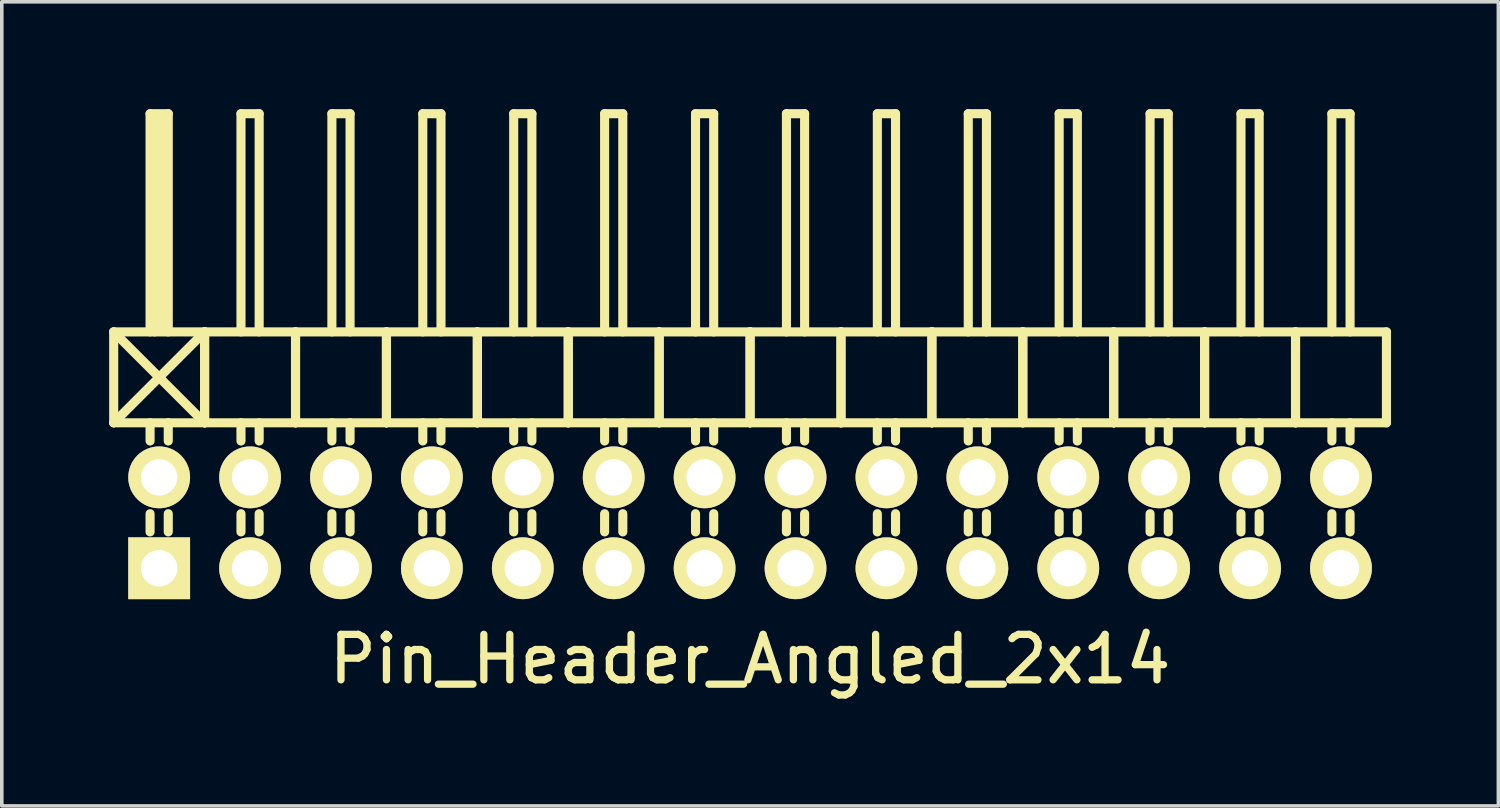
<source format=kicad_pcb>
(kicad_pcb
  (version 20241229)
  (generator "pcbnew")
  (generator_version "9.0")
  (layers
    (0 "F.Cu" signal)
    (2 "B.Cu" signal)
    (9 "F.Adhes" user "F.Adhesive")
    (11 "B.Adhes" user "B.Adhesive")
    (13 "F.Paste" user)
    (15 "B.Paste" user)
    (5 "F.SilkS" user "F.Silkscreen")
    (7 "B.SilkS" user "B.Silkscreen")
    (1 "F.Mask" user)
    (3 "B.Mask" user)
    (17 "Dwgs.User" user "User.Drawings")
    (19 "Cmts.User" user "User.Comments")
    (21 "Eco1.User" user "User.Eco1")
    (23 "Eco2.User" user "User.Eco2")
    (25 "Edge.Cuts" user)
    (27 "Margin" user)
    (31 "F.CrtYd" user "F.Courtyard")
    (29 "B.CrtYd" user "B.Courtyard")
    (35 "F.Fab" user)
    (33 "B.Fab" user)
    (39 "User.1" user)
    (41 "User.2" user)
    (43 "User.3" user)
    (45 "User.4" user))
  (footprint "Pin_Header_Angled_2x14"
    (layer "F.Cu")
    (at 17.907 11.557)
    (property "Reference" "Pin_Header_Angled_2x14" (at 0 3.81 0) (layer "F.SilkS") (effects (font (size 1.27 1.27) (thickness 0.203))))
    (attr through_hole)
    (fp_line (start -17.78 -5.334) (end -15.24 -2.794) (stroke (width 0.254) (type solid)) (layer "F.SilkS"))
    (fp_line (start -17.78 -2.794) (end -17.78 -5.334) (stroke (width 0.254) (type solid)) (layer "F.SilkS"))
    (fp_line (start -17.78 -2.794) (end -15.24 -5.334) (stroke (width 0.254) (type solid)) (layer "F.SilkS"))
    (fp_line (start -17.78 -2.794) (end -15.24 -2.794) (stroke (width 0.254) (type solid)) (layer "F.SilkS"))
    (fp_line (start -16.764 -11.43) (end -16.256 -11.43) (stroke (width 0.254) (type solid)) (layer "F.SilkS"))
    (fp_line (start -16.764 -5.334) (end -16.764 -11.43) (stroke (width 0.254) (type solid)) (layer "F.SilkS"))
    (fp_line (start -16.764 -2.794) (end -16.764 -2.286) (stroke (width 0.254) (type solid)) (layer "F.SilkS"))
    (fp_line (start -16.764 -0.254) (end -16.764 0.254) (stroke (width 0.254) (type solid)) (layer "F.SilkS"))
    (fp_line (start -16.637 -11.303) (end -16.383 -11.303) (stroke (width 0.254) (type solid)) (layer "F.SilkS"))
    (fp_line (start -16.637 -5.334) (end -16.637 -11.303) (stroke (width 0.254) (type solid)) (layer "F.SilkS"))
    (fp_line (start -16.51 -5.461) (end -16.51 -11.303) (stroke (width 0.254) (type solid)) (layer "F.SilkS"))
    (fp_line (start -16.383 -11.303) (end -16.383 -5.461) (stroke (width 0.254) (type solid)) (layer "F.SilkS"))
    (fp_line (start -16.383 -5.461) (end -16.51 -5.461) (stroke (width 0.254) (type solid)) (layer "F.SilkS"))
    (fp_line (start -16.256 -11.43) (end -16.256 -5.334) (stroke (width 0.254) (type solid)) (layer "F.SilkS"))
    (fp_line (start -16.256 -2.794) (end -16.256 -2.286) (stroke (width 0.254) (type solid)) (layer "F.SilkS"))
    (fp_line (start -16.256 -0.254) (end -16.256 0.254) (stroke (width 0.254) (type solid)) (layer "F.SilkS"))
    (fp_line (start -15.24 -5.334) (end -17.78 -5.334) (stroke (width 0.254) (type solid)) (layer "F.SilkS"))
    (fp_line (start -15.24 -2.794) (end -15.24 -5.334) (stroke (width 0.254) (type solid)) (layer "F.SilkS"))
    (fp_line (start -15.24 -2.794) (end -15.24 -5.334) (stroke (width 0.254) (type solid)) (layer "F.SilkS"))
    (fp_line (start -15.24 -2.794) (end -12.7 -2.794) (stroke (width 0.254) (type solid)) (layer "F.SilkS"))
    (fp_line (start -14.224 -11.43) (end -13.716 -11.43) (stroke (width 0.254) (type solid)) (layer "F.SilkS"))
    (fp_line (start -14.224 -5.334) (end -14.224 -11.43) (stroke (width 0.254) (type solid)) (layer "F.SilkS"))
    (fp_line (start -14.224 -2.794) (end -14.224 -2.286) (stroke (width 0.254) (type solid)) (layer "F.SilkS"))
    (fp_line (start -14.224 -0.254) (end -14.224 0.254) (stroke (width 0.254) (type solid)) (layer "F.SilkS"))
    (fp_line (start -13.716 -11.43) (end -13.716 -5.334) (stroke (width 0.254) (type solid)) (layer "F.SilkS"))
    (fp_line (start -13.716 -2.794) (end -13.716 -2.286) (stroke (width 0.254) (type solid)) (layer "F.SilkS"))
    (fp_line (start -13.716 -0.254) (end -13.716 0.254) (stroke (width 0.254) (type solid)) (layer "F.SilkS"))
    (fp_line (start -12.7 -5.334) (end -15.24 -5.334) (stroke (width 0.254) (type solid)) (layer "F.SilkS"))
    (fp_line (start -12.7 -2.794) (end -12.7 -5.334) (stroke (width 0.254) (type solid)) (layer "F.SilkS"))
    (fp_line (start -12.7 -2.794) (end -12.7 -5.334) (stroke (width 0.254) (type solid)) (layer "F.SilkS"))
    (fp_line (start -12.7 -2.794) (end -10.16 -2.794) (stroke (width 0.254) (type solid)) (layer "F.SilkS"))
    (fp_line (start -11.684 -11.43) (end -11.176 -11.43) (stroke (width 0.254) (type solid)) (layer "F.SilkS"))
    (fp_line (start -11.684 -5.334) (end -11.684 -11.43) (stroke (width 0.254) (type solid)) (layer "F.SilkS"))
    (fp_line (start -11.684 -2.794) (end -11.684 -2.286) (stroke (width 0.254) (type solid)) (layer "F.SilkS"))
    (fp_line (start -11.684 -0.254) (end -11.684 0.254) (stroke (width 0.254) (type solid)) (layer "F.SilkS"))
    (fp_line (start -11.176 -11.43) (end -11.176 -5.334) (stroke (width 0.254) (type solid)) (layer "F.SilkS"))
    (fp_line (start -11.176 -2.794) (end -11.176 -2.286) (stroke (width 0.254) (type solid)) (layer "F.SilkS"))
    (fp_line (start -11.176 -0.254) (end -11.176 0.254) (stroke (width 0.254) (type solid)) (layer "F.SilkS"))
    (fp_line (start -10.16 -5.334) (end -12.7 -5.334) (stroke (width 0.254) (type solid)) (layer "F.SilkS"))
    (fp_line (start -10.16 -2.794) (end -10.16 -5.334) (stroke (width 0.254) (type solid)) (layer "F.SilkS"))
    (fp_line (start -10.16 -2.794) (end -10.16 -5.334) (stroke (width 0.254) (type solid)) (layer "F.SilkS"))
    (fp_line (start -10.16 -2.794) (end -7.62 -2.794) (stroke (width 0.254) (type solid)) (layer "F.SilkS"))
    (fp_line (start -9.144 -11.43) (end -8.636 -11.43) (stroke (width 0.254) (type solid)) (layer "F.SilkS"))
    (fp_line (start -9.144 -5.334) (end -9.144 -11.43) (stroke (width 0.254) (type solid)) (layer "F.SilkS"))
    (fp_line (start -9.144 -2.794) (end -9.144 -2.286) (stroke (width 0.254) (type solid)) (layer "F.SilkS"))
    (fp_line (start -9.144 -0.254) (end -9.144 0.254) (stroke (width 0.254) (type solid)) (layer "F.SilkS"))
    (fp_line (start -8.636 -11.43) (end -8.636 -5.334) (stroke (width 0.254) (type solid)) (layer "F.SilkS"))
    (fp_line (start -8.636 -2.794) (end -8.636 -2.286) (stroke (width 0.254) (type solid)) (layer "F.SilkS"))
    (fp_line (start -8.636 -0.254) (end -8.636 0.254) (stroke (width 0.254) (type solid)) (layer "F.SilkS"))
    (fp_line (start -7.62 -5.334) (end -10.16 -5.334) (stroke (width 0.254) (type solid)) (layer "F.SilkS"))
    (fp_line (start -7.62 -2.794) (end -7.62 -5.334) (stroke (width 0.254) (type solid)) (layer "F.SilkS"))
    (fp_line (start -7.62 -2.794) (end -7.62 -5.334) (stroke (width 0.254) (type solid)) (layer "F.SilkS"))
    (fp_line (start -7.62 -2.794) (end -5.08 -2.794) (stroke (width 0.254) (type solid)) (layer "F.SilkS"))
    (fp_line (start -6.604 -11.43) (end -6.096 -11.43) (stroke (width 0.254) (type solid)) (layer "F.SilkS"))
    (fp_line (start -6.604 -5.334) (end -6.604 -11.43) (stroke (width 0.254) (type solid)) (layer "F.SilkS"))
    (fp_line (start -6.604 -2.794) (end -6.604 -2.286) (stroke (width 0.254) (type solid)) (layer "F.SilkS"))
    (fp_line (start -6.604 -0.254) (end -6.604 0.254) (stroke (width 0.254) (type solid)) (layer "F.SilkS"))
    (fp_line (start -6.096 -11.43) (end -6.096 -5.334) (stroke (width 0.254) (type solid)) (layer "F.SilkS"))
    (fp_line (start -6.096 -2.794) (end -6.096 -2.286) (stroke (width 0.254) (type solid)) (layer "F.SilkS"))
    (fp_line (start -6.096 -0.254) (end -6.096 0.254) (stroke (width 0.254) (type solid)) (layer "F.SilkS"))
    (fp_line (start -5.08 -5.334) (end -7.62 -5.334) (stroke (width 0.254) (type solid)) (layer "F.SilkS"))
    (fp_line (start -5.08 -2.794) (end -5.08 -5.334) (stroke (width 0.254) (type solid)) (layer "F.SilkS"))
    (fp_line (start -5.08 -2.794) (end -5.08 -5.334) (stroke (width 0.254) (type solid)) (layer "F.SilkS"))
    (fp_line (start -5.08 -2.794) (end -2.54 -2.794) (stroke (width 0.254) (type solid)) (layer "F.SilkS"))
    (fp_line (start -4.064 -11.43) (end -3.556 -11.43) (stroke (width 0.254) (type solid)) (layer "F.SilkS"))
    (fp_line (start -4.064 -5.334) (end -4.064 -11.43) (stroke (width 0.254) (type solid)) (layer "F.SilkS"))
    (fp_line (start -4.064 -2.794) (end -4.064 -2.286) (stroke (width 0.254) (type solid)) (layer "F.SilkS"))
    (fp_line (start -4.064 -0.254) (end -4.064 0.254) (stroke (width 0.254) (type solid)) (layer "F.SilkS"))
    (fp_line (start -3.556 -11.43) (end -3.556 -5.334) (stroke (width 0.254) (type solid)) (layer "F.SilkS"))
    (fp_line (start -3.556 -2.794) (end -3.556 -2.286) (stroke (width 0.254) (type solid)) (layer "F.SilkS"))
    (fp_line (start -3.556 -0.254) (end -3.556 0.254) (stroke (width 0.254) (type solid)) (layer "F.SilkS"))
    (fp_line (start -2.54 -5.334) (end -5.08 -5.334) (stroke (width 0.254) (type solid)) (layer "F.SilkS"))
    (fp_line (start -2.54 -2.794) (end -2.54 -5.334) (stroke (width 0.254) (type solid)) (layer "F.SilkS"))
    (fp_line (start -2.54 -2.794) (end -2.54 -5.334) (stroke (width 0.254) (type solid)) (layer "F.SilkS"))
    (fp_line (start -2.54 -2.794) (end 0 -2.794) (stroke (width 0.254) (type solid)) (layer "F.SilkS"))
    (fp_line (start -1.524 -11.43) (end -1.016 -11.43) (stroke (width 0.254) (type solid)) (layer "F.SilkS"))
    (fp_line (start -1.524 -5.334) (end -1.524 -11.43) (stroke (width 0.254) (type solid)) (layer "F.SilkS"))
    (fp_line (start -1.524 -2.794) (end -1.524 -2.286) (stroke (width 0.254) (type solid)) (layer "F.SilkS"))
    (fp_line (start -1.524 -0.254) (end -1.524 0.254) (stroke (width 0.254) (type solid)) (layer "F.SilkS"))
    (fp_line (start -1.016 -11.43) (end -1.016 -5.334) (stroke (width 0.254) (type solid)) (layer "F.SilkS"))
    (fp_line (start -1.016 -2.794) (end -1.016 -2.286) (stroke (width 0.254) (type solid)) (layer "F.SilkS"))
    (fp_line (start -1.016 -0.254) (end -1.016 0.254) (stroke (width 0.254) (type solid)) (layer "F.SilkS"))
    (fp_line (start 0 -5.334) (end -2.54 -5.334) (stroke (width 0.254) (type solid)) (layer "F.SilkS"))
    (fp_line (start 0 -2.794) (end 0 -5.334) (stroke (width 0.254) (type solid)) (layer "F.SilkS"))
    (fp_line (start 0 -2.794) (end 0 -5.334) (stroke (width 0.254) (type solid)) (layer "F.SilkS"))
    (fp_line (start 0 -2.794) (end 2.54 -2.794) (stroke (width 0.254) (type solid)) (layer "F.SilkS"))
    (fp_line (start 1.016 -11.43) (end 1.524 -11.43) (stroke (width 0.254) (type solid)) (layer "F.SilkS"))
    (fp_line (start 1.016 -5.334) (end 1.016 -11.43) (stroke (width 0.254) (type solid)) (layer "F.SilkS"))
    (fp_line (start 1.016 -2.794) (end 1.016 -2.286) (stroke (width 0.254) (type solid)) (layer "F.SilkS"))
    (fp_line (start 1.016 -0.254) (end 1.016 0.254) (stroke (width 0.254) (type solid)) (layer "F.SilkS"))
    (fp_line (start 1.524 -11.43) (end 1.524 -5.334) (stroke (width 0.254) (type solid)) (layer "F.SilkS"))
    (fp_line (start 1.524 -2.794) (end 1.524 -2.286) (stroke (width 0.254) (type solid)) (layer "F.SilkS"))
    (fp_line (start 1.524 -0.254) (end 1.524 0.254) (stroke (width 0.254) (type solid)) (layer "F.SilkS"))
    (fp_line (start 2.54 -5.334) (end 0 -5.334) (stroke (width 0.254) (type solid)) (layer "F.SilkS"))
    (fp_line (start 2.54 -2.794) (end 2.54 -5.334) (stroke (width 0.254) (type solid)) (layer "F.SilkS"))
    (fp_line (start 2.54 -2.794) (end 2.54 -5.334) (stroke (width 0.254) (type solid)) (layer "F.SilkS"))
    (fp_line (start 2.54 -2.794) (end 5.08 -2.794) (stroke (width 0.254) (type solid)) (layer "F.SilkS"))
    (fp_line (start 3.556 -11.43) (end 4.064 -11.43) (stroke (width 0.254) (type solid)) (layer "F.SilkS"))
    (fp_line (start 3.556 -5.334) (end 3.556 -11.43) (stroke (width 0.254) (type solid)) (layer "F.SilkS"))
    (fp_line (start 3.556 -2.794) (end 3.556 -2.286) (stroke (width 0.254) (type solid)) (layer "F.SilkS"))
    (fp_line (start 3.556 -0.254) (end 3.556 0.254) (stroke (width 0.254) (type solid)) (layer "F.SilkS"))
    (fp_line (start 4.064 -11.43) (end 4.064 -5.334) (stroke (width 0.254) (type solid)) (layer "F.SilkS"))
    (fp_line (start 4.064 -2.794) (end 4.064 -2.286) (stroke (width 0.254) (type solid)) (layer "F.SilkS"))
    (fp_line (start 4.064 -0.254) (end 4.064 0.254) (stroke (width 0.254) (type solid)) (layer "F.SilkS"))
    (fp_line (start 5.08 -5.334) (end 2.54 -5.334) (stroke (width 0.254) (type solid)) (layer "F.SilkS"))
    (fp_line (start 5.08 -2.794) (end 5.08 -5.334) (stroke (width 0.254) (type solid)) (layer "F.SilkS"))
    (fp_line (start 5.08 -2.794) (end 5.08 -5.334) (stroke (width 0.254) (type solid)) (layer "F.SilkS"))
    (fp_line (start 5.08 -2.794) (end 7.62 -2.794) (stroke (width 0.254) (type solid)) (layer "F.SilkS"))
    (fp_line (start 6.096 -11.43) (end 6.604 -11.43) (stroke (width 0.254) (type solid)) (layer "F.SilkS"))
    (fp_line (start 6.096 -5.334) (end 6.096 -11.43) (stroke (width 0.254) (type solid)) (layer "F.SilkS"))
    (fp_line (start 6.096 -2.794) (end 6.096 -2.286) (stroke (width 0.254) (type solid)) (layer "F.SilkS"))
    (fp_line (start 6.096 -0.254) (end 6.096 0.254) (stroke (width 0.254) (type solid)) (layer "F.SilkS"))
    (fp_line (start 6.604 -11.43) (end 6.604 -5.334) (stroke (width 0.254) (type solid)) (layer "F.SilkS"))
    (fp_line (start 6.604 -2.794) (end 6.604 -2.286) (stroke (width 0.254) (type solid)) (layer "F.SilkS"))
    (fp_line (start 6.604 -0.254) (end 6.604 0.254) (stroke (width 0.254) (type solid)) (layer "F.SilkS"))
    (fp_line (start 7.62 -5.334) (end 5.08 -5.334) (stroke (width 0.254) (type solid)) (layer "F.SilkS"))
    (fp_line (start 7.62 -2.794) (end 7.62 -5.334) (stroke (width 0.254) (type solid)) (layer "F.SilkS"))
    (fp_line (start 7.62 -2.794) (end 7.62 -5.334) (stroke (width 0.254) (type solid)) (layer "F.SilkS"))
    (fp_line (start 7.62 -2.794) (end 10.16 -2.794) (stroke (width 0.254) (type solid)) (layer "F.SilkS"))
    (fp_line (start 8.636 -11.43) (end 9.144 -11.43) (stroke (width 0.254) (type solid)) (layer "F.SilkS"))
    (fp_line (start 8.636 -5.334) (end 8.636 -11.43) (stroke (width 0.254) (type solid)) (layer "F.SilkS"))
    (fp_line (start 8.636 -2.794) (end 8.636 -2.286) (stroke (width 0.254) (type solid)) (layer "F.SilkS"))
    (fp_line (start 8.636 -0.254) (end 8.636 0.254) (stroke (width 0.254) (type solid)) (layer "F.SilkS"))
    (fp_line (start 9.144 -11.43) (end 9.144 -5.334) (stroke (width 0.254) (type solid)) (layer "F.SilkS"))
    (fp_line (start 9.144 -2.794) (end 9.144 -2.286) (stroke (width 0.254) (type solid)) (layer "F.SilkS"))
    (fp_line (start 9.144 -0.254) (end 9.144 0.254) (stroke (width 0.254) (type solid)) (layer "F.SilkS"))
    (fp_line (start 10.16 -5.334) (end 7.62 -5.334) (stroke (width 0.254) (type solid)) (layer "F.SilkS"))
    (fp_line (start 10.16 -2.794) (end 10.16 -5.334) (stroke (width 0.254) (type solid)) (layer "F.SilkS"))
    (fp_line (start 10.16 -2.794) (end 10.16 -5.334) (stroke (width 0.254) (type solid)) (layer "F.SilkS"))
    (fp_line (start 10.16 -2.794) (end 12.7 -2.794) (stroke (width 0.254) (type solid)) (layer "F.SilkS"))
    (fp_line (start 11.176 -11.43) (end 11.684 -11.43) (stroke (width 0.254) (type solid)) (layer "F.SilkS"))
    (fp_line (start 11.176 -5.334) (end 11.176 -11.43) (stroke (width 0.254) (type solid)) (layer "F.SilkS"))
    (fp_line (start 11.176 -2.794) (end 11.176 -2.286) (stroke (width 0.254) (type solid)) (layer "F.SilkS"))
    (fp_line (start 11.176 -0.254) (end 11.176 0.254) (stroke (width 0.254) (type solid)) (layer "F.SilkS"))
    (fp_line (start 11.684 -11.43) (end 11.684 -5.334) (stroke (width 0.254) (type solid)) (layer "F.SilkS"))
    (fp_line (start 11.684 -2.794) (end 11.684 -2.286) (stroke (width 0.254) (type solid)) (layer "F.SilkS"))
    (fp_line (start 11.684 -0.254) (end 11.684 0.254) (stroke (width 0.254) (type solid)) (layer "F.SilkS"))
    (fp_line (start 12.7 -5.334) (end 10.16 -5.334) (stroke (width 0.254) (type solid)) (layer "F.SilkS"))
    (fp_line (start 12.7 -2.794) (end 12.7 -5.334) (stroke (width 0.254) (type solid)) (layer "F.SilkS"))
    (fp_line (start 12.7 -2.794) (end 12.7 -5.334) (stroke (width 0.254) (type solid)) (layer "F.SilkS"))
    (fp_line (start 12.7 -2.794) (end 15.24 -2.794) (stroke (width 0.254) (type solid)) (layer "F.SilkS"))
    (fp_line (start 13.716 -11.43) (end 14.224 -11.43) (stroke (width 0.254) (type solid)) (layer "F.SilkS"))
    (fp_line (start 13.716 -5.334) (end 13.716 -11.43) (stroke (width 0.254) (type solid)) (layer "F.SilkS"))
    (fp_line (start 13.716 -2.794) (end 13.716 -2.286) (stroke (width 0.254) (type solid)) (layer "F.SilkS"))
    (fp_line (start 13.716 -0.254) (end 13.716 0.254) (stroke (width 0.254) (type solid)) (layer "F.SilkS"))
    (fp_line (start 14.224 -11.43) (end 14.224 -5.334) (stroke (width 0.254) (type solid)) (layer "F.SilkS"))
    (fp_line (start 14.224 -2.794) (end 14.224 -2.286) (stroke (width 0.254) (type solid)) (layer "F.SilkS"))
    (fp_line (start 14.224 -0.254) (end 14.224 0.254) (stroke (width 0.254) (type solid)) (layer "F.SilkS"))
    (fp_line (start 15.24 -5.334) (end 12.7 -5.334) (stroke (width 0.254) (type solid)) (layer "F.SilkS"))
    (fp_line (start 15.24 -2.794) (end 15.24 -5.334) (stroke (width 0.254) (type solid)) (layer "F.SilkS"))
    (fp_line (start 15.24 -2.794) (end 15.24 -5.334) (stroke (width 0.254) (type solid)) (layer "F.SilkS"))
    (fp_line (start 15.24 -2.794) (end 17.78 -2.794) (stroke (width 0.254) (type solid)) (layer "F.SilkS"))
    (fp_line (start 16.256 -11.43) (end 16.764 -11.43) (stroke (width 0.254) (type solid)) (layer "F.SilkS"))
    (fp_line (start 16.256 -5.334) (end 16.256 -11.43) (stroke (width 0.254) (type solid)) (layer "F.SilkS"))
    (fp_line (start 16.256 -2.794) (end 16.256 -2.286) (stroke (width 0.254) (type solid)) (layer "F.SilkS"))
    (fp_line (start 16.256 -0.254) (end 16.256 0.254) (stroke (width 0.254) (type solid)) (layer "F.SilkS"))
    (fp_line (start 16.764 -11.43) (end 16.764 -5.334) (stroke (width 0.254) (type solid)) (layer "F.SilkS"))
    (fp_line (start 16.764 -2.794) (end 16.764 -2.286) (stroke (width 0.254) (type solid)) (layer "F.SilkS"))
    (fp_line (start 16.764 -0.254) (end 16.764 0.254) (stroke (width 0.254) (type solid)) (layer "F.SilkS"))
    (fp_line (start 17.78 -5.334) (end 15.24 -5.334) (stroke (width 0.254) (type solid)) (layer "F.SilkS"))
    (fp_line (start 17.78 -2.794) (end 17.78 -5.334) (stroke (width 0.254) (type solid)) (layer "F.SilkS"))
    (pad "1" thru_hole rect (at -16.51 1.27) (size 1.727 1.727) (drill 1.016) (layers "*.Cu" "*.Mask" "F.SilkS"))
    (pad "2" thru_hole oval (at -13.97 1.27) (size 1.727 1.727) (drill 1.016) (layers "*.Cu" "*.Mask" "F.SilkS"))
    (pad "3" thru_hole oval (at -11.43 1.27) (size 1.727 1.727) (drill 1.016) (layers "*.Cu" "*.Mask" "F.SilkS"))
    (pad "4" thru_hole oval (at -8.89 1.27) (size 1.727 1.727) (drill 1.016) (layers "*.Cu" "*.Mask" "F.SilkS"))
    (pad "5" thru_hole oval (at -6.35 1.27) (size 1.727 1.727) (drill 1.016) (layers "*.Cu" "*.Mask" "F.SilkS"))
    (pad "6" thru_hole oval (at -3.81 1.27) (size 1.727 1.727) (drill 1.016) (layers "*.Cu" "*.Mask" "F.SilkS"))
    (pad "7" thru_hole oval (at -1.27 1.27) (size 1.727 1.727) (drill 1.016) (layers "*.Cu" "*.Mask" "F.SilkS"))
    (pad "8" thru_hole oval (at 1.27 1.27) (size 1.727 1.727) (drill 1.016) (layers "*.Cu" "*.Mask" "F.SilkS"))
    (pad "9" thru_hole oval (at 3.81 1.27) (size 1.727 1.727) (drill 1.016) (layers "*.Cu" "*.Mask" "F.SilkS"))
    (pad "10" thru_hole oval (at 6.35 1.27) (size 1.727 1.727) (drill 1.016) (layers "*.Cu" "*.Mask" "F.SilkS"))
    (pad "11" thru_hole oval (at 8.89 1.27) (size 1.727 1.727) (drill 1.016) (layers "*.Cu" "*.Mask" "F.SilkS"))
    (pad "12" thru_hole oval (at 11.43 1.27) (size 1.727 1.727) (drill 1.016) (layers "*.Cu" "*.Mask" "F.SilkS"))
    (pad "13" thru_hole oval (at 13.97 1.27) (size 1.727 1.727) (drill 1.016) (layers "*.Cu" "*.Mask" "F.SilkS"))
    (pad "14" thru_hole oval (at 16.51 1.27) (size 1.727 1.727) (drill 1.016) (layers "*.Cu" "*.Mask" "F.SilkS"))
    (pad "15" thru_hole oval (at 16.51 -1.27) (size 1.727 1.727) (drill 1.016) (layers "*.Cu" "*.Mask" "F.SilkS"))
    (pad "16" thru_hole oval (at 13.97 -1.27) (size 1.727 1.727) (drill 1.016) (layers "*.Cu" "*.Mask" "F.SilkS"))
    (pad "17" thru_hole oval (at 11.43 -1.27) (size 1.727 1.727) (drill 1.016) (layers "*.Cu" "*.Mask" "F.SilkS"))
    (pad "18" thru_hole oval (at 8.89 -1.27) (size 1.727 1.727) (drill 1.016) (layers "*.Cu" "*.Mask" "F.SilkS"))
    (pad "19" thru_hole oval (at 6.35 -1.27) (size 1.727 1.727) (drill 1.016) (layers "*.Cu" "*.Mask" "F.SilkS"))
    (pad "20" thru_hole oval (at 3.81 -1.27) (size 1.727 1.727) (drill 1.016) (layers "*.Cu" "*.Mask" "F.SilkS"))
    (pad "21" thru_hole oval (at 1.27 -1.27) (size 1.727 1.727) (drill 1.016) (layers "*.Cu" "*.Mask" "F.SilkS"))
    (pad "22" thru_hole oval (at -1.27 -1.27) (size 1.727 1.727) (drill 1.016) (layers "*.Cu" "*.Mask" "F.SilkS"))
    (pad "23" thru_hole oval (at -3.81 -1.27) (size 1.727 1.727) (drill 1.016) (layers "*.Cu" "*.Mask" "F.SilkS"))
    (pad "24" thru_hole oval (at -6.35 -1.27) (size 1.727 1.727) (drill 1.016) (layers "*.Cu" "*.Mask" "F.SilkS"))
    (pad "25" thru_hole oval (at -8.89 -1.27) (size 1.727 1.727) (drill 1.016) (layers "*.Cu" "*.Mask" "F.SilkS"))
    (pad "26" thru_hole oval (at -11.43 -1.27) (size 1.727 1.727) (drill 1.016) (layers "*.Cu" "*.Mask" "F.SilkS"))
    (pad "27" thru_hole oval (at -13.97 -1.27) (size 1.727 1.727) (drill 1.016) (layers "*.Cu" "*.Mask" "F.SilkS"))
    (pad "28" thru_hole oval (at -16.51 -1.27) (size 1.727 1.727) (drill 1.016) (layers "*.Cu" "*.Mask" "F.SilkS")))
  (gr_rect
    (start -3 -3)
    (end 38.814 19.467)
    (stroke (width 0.1) (type default))
    (fill no)
    (layer "Edge.Cuts")))
</source>
